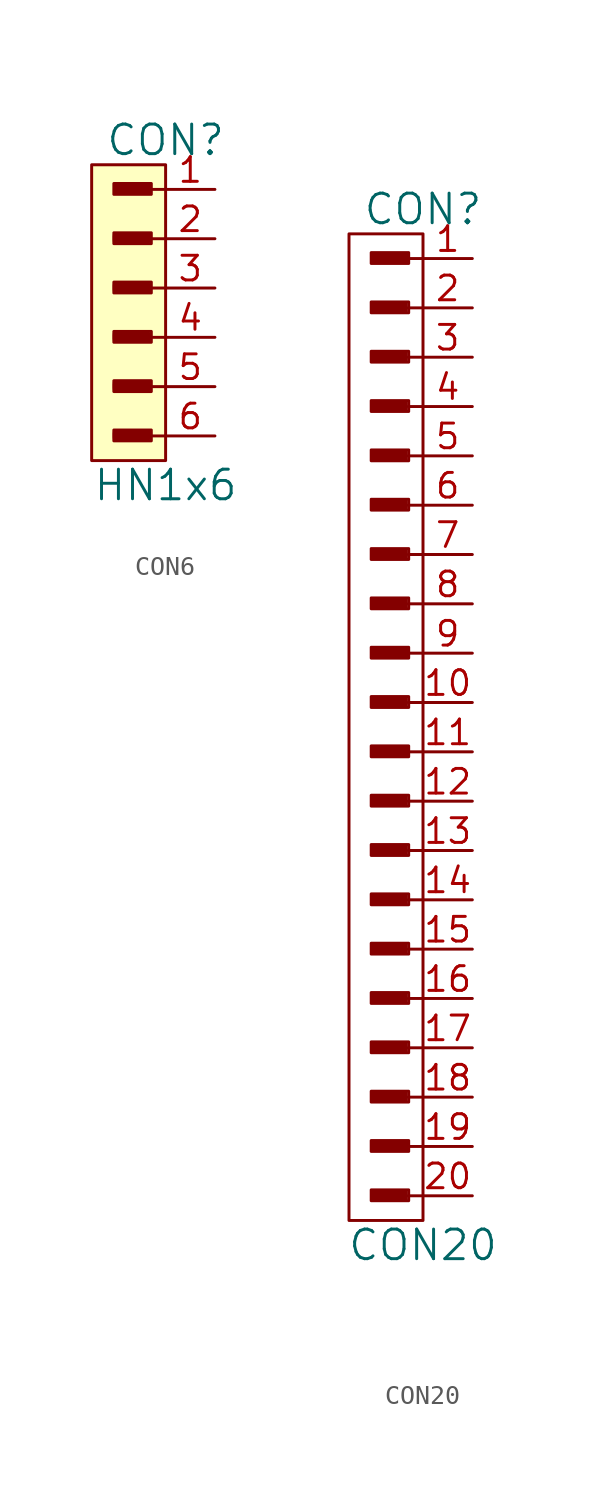
<source format=kicad_sym>
(kicad_symbol_lib
  (version 20220914)
  (generator kicad_symbol_editor)
  (symbol "CON6"
    (pin_names
      (offset 1.016))
    (property "Reference" "CON"
      (at 0 7.62 0)
      (effects (font (size 1.524 1.524))))
    (property "Value" "HN1x6"
      (at 0 -10.16 0)
      (effects (font (size 1.524 1.524))))
    (symbol "CON6_0_0"
      (rectangle (start -2.642 -7.772) (end -0.864 -7.417) (stroke (width 0) (type solid)) (fill (type none)))
      (rectangle (start -2.642 -5.232) (end -0.864 -4.877) (stroke (width 0) (type solid)) (fill (type none)))
      (rectangle (start -2.642 -2.692) (end -0.864 -2.337) (stroke (width 0) (type solid)) (fill (type none)))
      (rectangle (start -2.642 -0.152) (end -0.864 0.203) (stroke (width 0) (type solid)) (fill (type none)))
      (rectangle (start -2.642 2.388) (end -0.864 2.743) (stroke (width 0) (type solid)) (fill (type none)))
      (rectangle (start -2.616 -7.671) (end -0.965 -7.569) (stroke (width 0) (type solid)) (fill (type none)))
      (rectangle (start -2.616 -5.131) (end -0.965 -5.029) (stroke (width 0) (type solid)) (fill (type none)))
      (rectangle (start -2.616 -2.591) (end -0.965 -2.489) (stroke (width 0) (type solid)) (fill (type none)))
      (rectangle (start -2.616 -0.051) (end -0.965 0.051) (stroke (width 0) (type solid)) (fill (type none)))
      (rectangle (start -2.616 2.489) (end -0.965 2.591) (stroke (width 0) (type solid)) (fill (type none)))
      (rectangle (start -2.616 4.928) (end -0.838 5.283) (stroke (width 0) (type solid)) (fill (type none)))
      (rectangle (start -2.591 5.055) (end -0.94 5.156) (stroke (width 0) (type solid)) (fill (type none)))
      (rectangle (start -0.965 -7.493) (end -2.642 -7.696) (stroke (width 0) (type solid)) (fill (type none)))
      (rectangle (start -0.965 -4.953) (end -2.642 -5.156) (stroke (width 0) (type solid)) (fill (type none)))
      (rectangle (start -0.965 -2.413) (end -2.642 -2.616) (stroke (width 0) (type solid)) (fill (type none)))
      (rectangle (start -0.965 0.127) (end -2.642 -0.076) (stroke (width 0) (type solid)) (fill (type none)))
      (rectangle (start -0.965 2.667) (end -2.642 2.464) (stroke (width 0) (type solid)) (fill (type none)))
      (rectangle (start -0.864 5.182) (end -2.54 4.978) (stroke (width 0) (type solid)) (fill (type none)))
      (rectangle (start -0.737 -7.315) (end -2.667 -7.874) (stroke (width 0) (type solid)) (fill (type none)))
      (rectangle (start -0.737 -4.775) (end -2.667 -5.334) (stroke (width 0) (type solid)) (fill (type none)))
      (rectangle (start -0.737 -2.235) (end -2.667 -2.794) (stroke (width 0) (type solid)) (fill (type none)))
      (rectangle (start -0.737 0.305) (end -2.667 -0.254) (stroke (width 0) (type solid)) (fill (type none)))
      (rectangle (start -0.737 2.845) (end -2.667 2.286) (stroke (width 0) (type solid)) (fill (type none)))
      (rectangle (start -0.737 5.385) (end -2.667 4.826) (stroke (width 0) (type solid)) (fill (type none)))
      (polyline (pts (xy 0 -7.62) (xy -0.762 -7.62)) (stroke (width 0) (type solid)) (fill (type none)))
      (polyline (pts (xy 0 -5.08) (xy -0.762 -5.08)) (stroke (width 0) (type solid)) (fill (type none)))
      (polyline (pts (xy 0 -2.54) (xy -0.762 -2.54)) (stroke (width 0) (type solid)) (fill (type none)))
      (polyline (pts (xy 0 0) (xy -0.762 0)) (stroke (width 0) (type solid)) (fill (type none)))
      (polyline (pts (xy 0 2.54) (xy -0.762 2.54)) (stroke (width 0) (type solid)) (fill (type none)))
      (polyline (pts (xy 0 5.08) (xy -0.762 5.08)) (stroke (width 0) (type solid)) (fill (type none))))
    (symbol "CON6_1_1"
      (rectangle (start -3.81 6.35) (end 0 -8.89) (stroke (width 0) (type solid)) (fill (type background)))
      (pin passive line (at 2.54 5.08 180) (length 2.54) (name "~" (effects (font (size 1.27 1.27)))) (number "1" (effects (font (size 1.27 1.27)))))
      (pin passive line (at 2.54 2.54 180) (length 2.54) (name "~" (effects (font (size 1.27 1.27)))) (number "2" (effects (font (size 1.27 1.27)))))
      (pin passive line (at 2.54 0 180) (length 2.54) (name "~" (effects (font (size 1.27 1.27)))) (number "3" (effects (font (size 1.27 1.27)))))
      (pin passive line (at 2.54 -2.54 180) (length 2.54) (name "~" (effects (font (size 1.27 1.27)))) (number "4" (effects (font (size 1.27 1.27)))))
      (pin passive line (at 2.54 -5.08 180) (length 2.54) (name "~" (effects (font (size 1.27 1.27)))) (number "5" (effects (font (size 1.27 1.27)))))
      (pin passive line (at 2.54 -7.62 180) (length 2.54) (name "~" (effects (font (size 1.27 1.27)))) (number "6" (effects (font (size 1.27 1.27)))))))
  (symbol "CON20"
    (pin_names
      (offset 1.016))
    (property "Reference" "CON"
      (at 0 25.4 0)
      (effects (font (size 1.524 1.524))))
    (property "Value" "CON20"
      (at 0 -27.94 0)
      (effects (font (size 1.524 1.524))))
    (property "Footprint" ""
      (at -1.905 21.59 0)
      (effects (font (size 1.524 1.524))))
    (property "Datasheet" ""
      (at -1.905 21.59 0)
      (effects (font (size 1.524 1.524))))
    (symbol "CON20_0_0"
      (rectangle (start -2.642 -25.552) (end -0.864 -25.197) (stroke (width 0) (type solid)) (fill (type none)))
      (rectangle (start -2.642 -20.472) (end -0.864 -20.117) (stroke (width 0) (type solid)) (fill (type none)))
      (rectangle (start -2.642 -17.932) (end -0.864 -17.577) (stroke (width 0) (type solid)) (fill (type none)))
      (rectangle (start -2.642 -15.392) (end -0.864 -15.037) (stroke (width 0) (type solid)) (fill (type none)))
      (rectangle (start -2.642 -12.852) (end -0.864 -12.497) (stroke (width 0) (type solid)) (fill (type none)))
      (rectangle (start -2.642 -10.312) (end -0.864 -9.957) (stroke (width 0) (type solid)) (fill (type none)))
      (rectangle (start -2.642 -7.772) (end -0.864 -7.417) (stroke (width 0) (type solid)) (fill (type none)))
      (rectangle (start -2.642 -5.232) (end -0.864 -4.877) (stroke (width 0) (type solid)) (fill (type none)))
      (rectangle (start -2.642 -0.152) (end -0.864 0.203) (stroke (width 0) (type solid)) (fill (type none)))
      (rectangle (start -2.642 4.928) (end -0.864 5.283) (stroke (width 0) (type solid)) (fill (type none)))
      (rectangle (start -2.642 7.468) (end -0.864 7.823) (stroke (width 0) (type solid)) (fill (type none)))
      (rectangle (start -2.642 10.008) (end -0.864 10.363) (stroke (width 0) (type solid)) (fill (type none)))
      (rectangle (start -2.642 12.548) (end -0.864 12.903) (stroke (width 0) (type solid)) (fill (type none)))
      (rectangle (start -2.642 15.088) (end -0.864 15.443) (stroke (width 0) (type solid)) (fill (type none)))
      (rectangle (start -2.642 17.628) (end -0.864 17.983) (stroke (width 0) (type solid)) (fill (type none)))
      (rectangle (start -2.642 20.168) (end -0.864 20.523) (stroke (width 0) (type solid)) (fill (type none)))
      (rectangle (start -2.616 -25.451) (end -0.965 -25.349) (stroke (width 0) (type solid)) (fill (type none)))
      (rectangle (start -2.616 -23.012) (end -0.838 -22.657) (stroke (width 0) (type solid)) (fill (type none)))
      (rectangle (start -2.616 -20.371) (end -0.965 -20.269) (stroke (width 0) (type solid)) (fill (type none)))
      (rectangle (start -2.616 -17.831) (end -0.965 -17.729) (stroke (width 0) (type solid)) (fill (type none)))
      (rectangle (start -2.616 -15.291) (end -0.965 -15.189) (stroke (width 0) (type solid)) (fill (type none)))
      (rectangle (start -2.616 -12.751) (end -0.965 -12.649) (stroke (width 0) (type solid)) (fill (type none)))
      (rectangle (start -2.616 -10.211) (end -0.965 -10.109) (stroke (width 0) (type solid)) (fill (type none)))
      (rectangle (start -2.616 -7.671) (end -0.965 -7.569) (stroke (width 0) (type solid)) (fill (type none)))
      (rectangle (start -2.616 -5.131) (end -0.965 -5.029) (stroke (width 0) (type solid)) (fill (type none)))
      (rectangle (start -2.616 -2.692) (end -0.838 -2.337) (stroke (width 0) (type solid)) (fill (type none)))
      (rectangle (start -2.616 -0.051) (end -0.965 0.051) (stroke (width 0) (type solid)) (fill (type none)))
      (rectangle (start -2.616 2.388) (end -0.838 2.743) (stroke (width 0) (type solid)) (fill (type none)))
      (rectangle (start -2.616 5.029) (end -0.965 5.131) (stroke (width 0) (type solid)) (fill (type none)))
      (rectangle (start -2.616 7.569) (end -0.965 7.671) (stroke (width 0) (type solid)) (fill (type none)))
      (rectangle (start -2.616 10.109) (end -0.965 10.211) (stroke (width 0) (type solid)) (fill (type none)))
      (rectangle (start -2.616 12.649) (end -0.965 12.751) (stroke (width 0) (type solid)) (fill (type none)))
      (rectangle (start -2.616 15.189) (end -0.965 15.291) (stroke (width 0) (type solid)) (fill (type none)))
      (rectangle (start -2.616 17.729) (end -0.965 17.831) (stroke (width 0) (type solid)) (fill (type none)))
      (rectangle (start -2.616 20.269) (end -0.965 20.371) (stroke (width 0) (type solid)) (fill (type none)))
      (rectangle (start -2.616 22.708) (end -0.838 23.063) (stroke (width 0) (type solid)) (fill (type none)))
      (rectangle (start -2.591 -22.885) (end -0.94 -22.784) (stroke (width 0) (type solid)) (fill (type none)))
      (rectangle (start -2.591 -2.565) (end -0.94 -2.464) (stroke (width 0) (type solid)) (fill (type none)))
      (rectangle (start -2.591 2.515) (end -0.94 2.616) (stroke (width 0) (type solid)) (fill (type none)))
      (rectangle (start -2.591 22.835) (end -0.94 22.936) (stroke (width 0) (type solid)) (fill (type none)))
      (rectangle (start -0.965 -25.273) (end -2.642 -25.476) (stroke (width 0) (type solid)) (fill (type none)))
      (rectangle (start -0.965 -20.193) (end -2.642 -20.396) (stroke (width 0) (type solid)) (fill (type none)))
      (rectangle (start -0.965 -17.653) (end -2.642 -17.856) (stroke (width 0) (type solid)) (fill (type none)))
      (rectangle (start -0.965 -15.113) (end -2.642 -15.316) (stroke (width 0) (type solid)) (fill (type none)))
      (rectangle (start -0.965 -12.573) (end -2.642 -12.776) (stroke (width 0) (type solid)) (fill (type none)))
      (rectangle (start -0.965 -10.033) (end -2.642 -10.236) (stroke (width 0) (type solid)) (fill (type none)))
      (rectangle (start -0.965 -7.493) (end -2.642 -7.696) (stroke (width 0) (type solid)) (fill (type none)))
      (rectangle (start -0.965 -4.953) (end -2.642 -5.156) (stroke (width 0) (type solid)) (fill (type none)))
      (rectangle (start -0.965 0.127) (end -2.642 -0.076) (stroke (width 0) (type solid)) (fill (type none)))
      (rectangle (start -0.965 5.207) (end -2.642 5.004) (stroke (width 0) (type solid)) (fill (type none)))
      (rectangle (start -0.965 7.747) (end -2.642 7.544) (stroke (width 0) (type solid)) (fill (type none)))
      (rectangle (start -0.965 10.287) (end -2.642 10.084) (stroke (width 0) (type solid)) (fill (type none)))
      (rectangle (start -0.965 12.827) (end -2.642 12.624) (stroke (width 0) (type solid)) (fill (type none)))
      (rectangle (start -0.965 15.367) (end -2.642 15.164) (stroke (width 0) (type solid)) (fill (type none)))
      (rectangle (start -0.965 17.907) (end -2.642 17.704) (stroke (width 0) (type solid)) (fill (type none)))
      (rectangle (start -0.965 20.447) (end -2.642 20.244) (stroke (width 0) (type solid)) (fill (type none)))
      (rectangle (start -0.864 -22.758) (end -2.54 -22.962) (stroke (width 0) (type solid)) (fill (type none)))
      (rectangle (start -0.864 -2.438) (end -2.54 -2.642) (stroke (width 0) (type solid)) (fill (type none)))
      (rectangle (start -0.864 2.642) (end -2.54 2.438) (stroke (width 0) (type solid)) (fill (type none)))
      (rectangle (start -0.864 22.962) (end -2.54 22.758) (stroke (width 0) (type solid)) (fill (type none)))
      (rectangle (start -0.737 -25.095) (end -2.667 -25.654) (stroke (width 0) (type solid)) (fill (type none)))
      (rectangle (start -0.737 -22.555) (end -2.667 -23.114) (stroke (width 0) (type solid)) (fill (type none)))
      (rectangle (start -0.737 -20.015) (end -2.667 -20.574) (stroke (width 0) (type solid)) (fill (type none)))
      (rectangle (start -0.737 -17.475) (end -2.667 -18.034) (stroke (width 0) (type solid)) (fill (type none)))
      (rectangle (start -0.737 -14.935) (end -2.667 -15.494) (stroke (width 0) (type solid)) (fill (type none)))
      (rectangle (start -0.737 -12.395) (end -2.667 -12.954) (stroke (width 0) (type solid)) (fill (type none)))
      (rectangle (start -0.737 -9.855) (end -2.667 -10.414) (stroke (width 0) (type solid)) (fill (type none)))
      (rectangle (start -0.737 -7.315) (end -2.667 -7.874) (stroke (width 0) (type solid)) (fill (type none)))
      (rectangle (start -0.737 -4.775) (end -2.667 -5.334) (stroke (width 0) (type solid)) (fill (type none)))
      (rectangle (start -0.737 -2.235) (end -2.667 -2.794) (stroke (width 0) (type solid)) (fill (type none)))
      (rectangle (start -0.737 0.305) (end -2.667 -0.254) (stroke (width 0) (type solid)) (fill (type none)))
      (rectangle (start -0.737 2.845) (end -2.667 2.286) (stroke (width 0) (type solid)) (fill (type none)))
      (rectangle (start -0.737 5.385) (end -2.667 4.826) (stroke (width 0) (type solid)) (fill (type none)))
      (rectangle (start -0.737 7.925) (end -2.667 7.366) (stroke (width 0) (type solid)) (fill (type none)))
      (rectangle (start -0.737 10.465) (end -2.667 9.906) (stroke (width 0) (type solid)) (fill (type none)))
      (rectangle (start -0.737 13.005) (end -2.667 12.446) (stroke (width 0) (type solid)) (fill (type none)))
      (rectangle (start -0.737 15.545) (end -2.667 14.986) (stroke (width 0) (type solid)) (fill (type none)))
      (rectangle (start -0.737 18.085) (end -2.667 17.526) (stroke (width 0) (type solid)) (fill (type none)))
      (rectangle (start -0.737 20.625) (end -2.667 20.066) (stroke (width 0) (type solid)) (fill (type none)))
      (rectangle (start -0.737 23.165) (end -2.667 22.606) (stroke (width 0) (type solid)) (fill (type none)))
      (polyline (pts (xy 0 -25.4) (xy -0.762 -25.4)) (stroke (width 0) (type solid)) (fill (type none)))
      (polyline (pts (xy 0 -22.86) (xy -0.762 -22.86)) (stroke (width 0) (type solid)) (fill (type none)))
      (polyline (pts (xy 0 -20.32) (xy -0.762 -20.32)) (stroke (width 0) (type solid)) (fill (type none)))
      (polyline (pts (xy 0 -17.78) (xy -0.762 -17.78)) (stroke (width 0) (type solid)) (fill (type none)))
      (polyline (pts (xy 0 -15.24) (xy -0.762 -15.24)) (stroke (width 0) (type solid)) (fill (type none)))
      (polyline (pts (xy 0 -12.7) (xy -0.762 -12.7)) (stroke (width 0) (type solid)) (fill (type none)))
      (polyline (pts (xy 0 -10.16) (xy -0.762 -10.16)) (stroke (width 0) (type solid)) (fill (type none)))
      (polyline (pts (xy 0 -7.62) (xy -0.762 -7.62)) (stroke (width 0) (type solid)) (fill (type none)))
      (polyline (pts (xy 0 -5.08) (xy -0.762 -5.08)) (stroke (width 0) (type solid)) (fill (type none)))
      (polyline (pts (xy 0 -2.54) (xy -0.762 -2.54)) (stroke (width 0) (type solid)) (fill (type none)))
      (polyline (pts (xy 0 0) (xy -0.762 0)) (stroke (width 0) (type solid)) (fill (type none)))
      (polyline (pts (xy 0 2.54) (xy -0.762 2.54)) (stroke (width 0) (type solid)) (fill (type none)))
      (polyline (pts (xy 0 5.08) (xy -0.762 5.08)) (stroke (width 0) (type solid)) (fill (type none)))
      (polyline (pts (xy 0 7.62) (xy -0.762 7.62)) (stroke (width 0) (type solid)) (fill (type none)))
      (polyline (pts (xy 0 10.16) (xy -0.762 10.16)) (stroke (width 0) (type solid)) (fill (type none)))
      (polyline (pts (xy 0 12.7) (xy -0.762 12.7)) (stroke (width 0) (type solid)) (fill (type none)))
      (polyline (pts (xy 0 15.24) (xy -0.762 15.24)) (stroke (width 0) (type solid)) (fill (type none)))
      (polyline (pts (xy 0 17.78) (xy -0.762 17.78)) (stroke (width 0) (type solid)) (fill (type none)))
      (polyline (pts (xy 0 20.32) (xy -0.762 20.32)) (stroke (width 0) (type solid)) (fill (type none)))
      (polyline (pts (xy 0 22.86) (xy -0.762 22.86)) (stroke (width 0) (type solid)) (fill (type none))))
    (symbol "CON20_0_1"
      (rectangle (start 0 -26.67) (end -3.81 24.13) (stroke (width 0) (type solid)) (fill (type none))))
    (symbol "CON20_1_1"
      (pin passive line (at 2.54 22.86 180) (length 2.54) (name "~" (effects (font (size 1.27 1.27)))) (number "1" (effects (font (size 1.27 1.27)))))
      (pin passive line (at 2.54 0 180) (length 2.54) (name "~" (effects (font (size 1.27 1.27)))) (number "10" (effects (font (size 1.27 1.27)))))
      (pin passive line (at 2.54 -2.54 180) (length 2.54) (name "~" (effects (font (size 1.27 1.27)))) (number "11" (effects (font (size 1.27 1.27)))))
      (pin passive line (at 2.54 -5.08 180) (length 2.54) (name "~" (effects (font (size 1.27 1.27)))) (number "12" (effects (font (size 1.27 1.27)))))
      (pin passive line (at 2.54 -7.62 180) (length 2.54) (name "~" (effects (font (size 1.27 1.27)))) (number "13" (effects (font (size 1.27 1.27)))))
      (pin passive line (at 2.54 -10.16 180) (length 2.54) (name "~" (effects (font (size 1.27 1.27)))) (number "14" (effects (font (size 1.27 1.27)))))
      (pin passive line (at 2.54 -12.7 180) (length 2.54) (name "~" (effects (font (size 1.27 1.27)))) (number "15" (effects (font (size 1.27 1.27)))))
      (pin passive line (at 2.54 -15.24 180) (length 2.54) (name "~" (effects (font (size 1.27 1.27)))) (number "16" (effects (font (size 1.27 1.27)))))
      (pin passive line (at 2.54 -17.78 180) (length 2.54) (name "~" (effects (font (size 1.27 1.27)))) (number "17" (effects (font (size 1.27 1.27)))))
      (pin passive line (at 2.54 -20.32 180) (length 2.54) (name "~" (effects (font (size 1.27 1.27)))) (number "18" (effects (font (size 1.27 1.27)))))
      (pin passive line (at 2.54 -22.86 180) (length 2.54) (name "~" (effects (font (size 1.27 1.27)))) (number "19" (effects (font (size 1.27 1.27)))))
      (pin passive line (at 2.54 20.32 180) (length 2.54) (name "~" (effects (font (size 1.27 1.27)))) (number "2" (effects (font (size 1.27 1.27)))))
      (pin passive line (at 2.54 -25.4 180) (length 2.54) (name "~" (effects (font (size 1.27 1.27)))) (number "20" (effects (font (size 1.27 1.27)))))
      (pin passive line (at 2.54 17.78 180) (length 2.54) (name "~" (effects (font (size 1.27 1.27)))) (number "3" (effects (font (size 1.27 1.27)))))
      (pin passive line (at 2.54 15.24 180) (length 2.54) (name "~" (effects (font (size 1.27 1.27)))) (number "4" (effects (font (size 1.27 1.27)))))
      (pin passive line (at 2.54 12.7 180) (length 2.54) (name "~" (effects (font (size 1.27 1.27)))) (number "5" (effects (font (size 1.27 1.27)))))
      (pin passive line (at 2.54 10.16 180) (length 2.54) (name "~" (effects (font (size 1.27 1.27)))) (number "6" (effects (font (size 1.27 1.27)))))
      (pin passive line (at 2.54 7.62 180) (length 2.54) (name "~" (effects (font (size 1.27 1.27)))) (number "7" (effects (font (size 1.27 1.27)))))
      (pin passive line (at 2.54 5.08 180) (length 2.54) (name "~" (effects (font (size 1.27 1.27)))) (number "8" (effects (font (size 1.27 1.27)))))
      (pin passive line (at 2.54 2.54 180) (length 2.54) (name "~" (effects (font (size 1.27 1.27)))) (number "9" (effects (font (size 1.27 1.27))))))))
</source>
